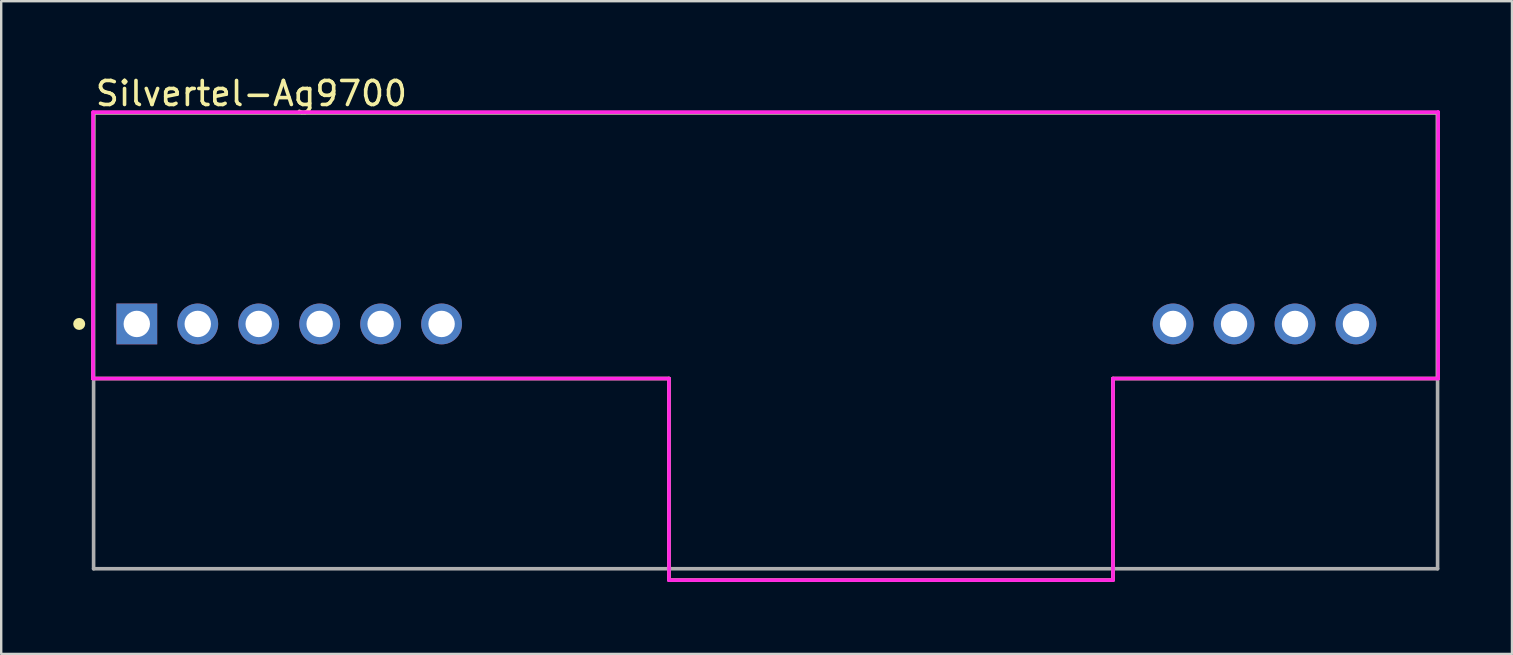
<source format=kicad_pcb>
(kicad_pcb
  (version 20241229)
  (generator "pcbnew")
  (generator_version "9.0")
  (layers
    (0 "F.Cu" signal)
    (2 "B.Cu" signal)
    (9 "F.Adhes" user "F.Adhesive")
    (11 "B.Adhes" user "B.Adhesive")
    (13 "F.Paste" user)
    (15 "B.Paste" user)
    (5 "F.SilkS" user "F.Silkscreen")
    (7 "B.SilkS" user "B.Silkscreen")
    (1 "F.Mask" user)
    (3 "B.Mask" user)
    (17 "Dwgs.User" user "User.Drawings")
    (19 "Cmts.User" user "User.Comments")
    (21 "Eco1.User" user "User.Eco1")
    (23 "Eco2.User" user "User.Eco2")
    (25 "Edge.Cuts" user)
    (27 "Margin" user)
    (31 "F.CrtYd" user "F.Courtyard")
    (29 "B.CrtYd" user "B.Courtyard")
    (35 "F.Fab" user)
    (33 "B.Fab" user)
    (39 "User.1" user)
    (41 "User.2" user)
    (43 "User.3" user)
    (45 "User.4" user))
  (footprint "Silvertel-Ag9700"
    (layer "F.Cu")
    (at 28.85 11.148)
    (property "Reference" "Silvertel-Ag9700" (at -28 -10.3 0) (layer "F.SilkS") (effects (font (size 1 1) (thickness 0.15)) (justify left)))
    (attr through_hole)
    (fp_line (start -28.025 1.575) (end -28 -9.5) (stroke (width 0.15) (type solid)) (layer "F.SilkS"))
    (fp_line (start -28.025 1.575) (end -4.025 1.575) (stroke (width 0.15) (type default)) (layer "F.SilkS"))
    (fp_line (start -28 -9.5) (end 28 -9.5) (stroke (width 0.15) (type solid)) (layer "F.SilkS"))
    (fp_line (start -4.025 1.575) (end -4.025 9.975) (stroke (width 0.15) (type default)) (layer "F.SilkS"))
    (fp_line (start -4.025 9.975) (end 14.475 9.975) (stroke (width 0.15) (type default)) (layer "F.SilkS"))
    (fp_line (start 14.475 1.575) (end 14.475 9.975) (stroke (width 0.15) (type default)) (layer "F.SilkS"))
    (fp_line (start 14.475 1.575) (end 28.025 1.575) (stroke (width 0.15) (type default)) (layer "F.SilkS"))
    (fp_line (start 28 1.524) (end 28 -9.5) (stroke (width 0.15) (type solid)) (layer "F.SilkS"))
    (fp_circle (center -28.6 -0.7) (end -28.475 -0.7) (stroke (width 0.25) (type solid)) (fill no) (layer "F.SilkS"))
    (fp_line (start -28.025 -9.525) (end -28.025 1.575) (stroke (width 0.15) (type solid)) (layer "F.CrtYd"))
    (fp_line (start -28.025 1.575) (end -4.025 1.575) (stroke (width 0.15) (type default)) (layer "F.CrtYd"))
    (fp_line (start -4.025 1.575) (end -4.025 9.975) (stroke (width 0.15) (type default)) (layer "F.CrtYd"))
    (fp_line (start -4.025 9.975) (end 14.475 9.975) (stroke (width 0.15) (type default)) (layer "F.CrtYd"))
    (fp_line (start 14.475 1.575) (end 14.475 9.975) (stroke (width 0.15) (type default)) (layer "F.CrtYd"))
    (fp_line (start 14.475 1.575) (end 28.025 1.575) (stroke (width 0.15) (type default)) (layer "F.CrtYd"))
    (fp_line (start 28.025 -9.525) (end -28.025 -9.525) (stroke (width 0.15) (type solid)) (layer "F.CrtYd"))
    (fp_line (start 28.025 -9.525) (end 28.025 -9.525) (stroke (width 0.15) (type solid)) (layer "F.CrtYd"))
    (fp_line (start 28.025 1.575) (end 28.025 -9.525) (stroke (width 0.15) (type solid)) (layer "F.CrtYd"))
    (fp_line (start -28 -9.5) (end 28 -9.5) (stroke (width 0.15) (type solid)) (layer "F.Fab"))
    (fp_line (start -28 9.5) (end -28 -9.5) (stroke (width 0.15) (type solid)) (layer "F.Fab"))
    (fp_line (start 28 -9.5) (end 28 9.5) (stroke (width 0.15) (type solid)) (layer "F.Fab"))
    (fp_line (start 28 9.5) (end -28 9.5) (stroke (width 0.15) (type solid)) (layer "F.Fab"))
    (pad "1" thru_hole rect (at -26.2 -0.7) (size 1.7 1.7) (drill 1.1) (layers "*.Cu"))
    (pad "2" thru_hole circle (at -23.66 -0.7) (size 1.7 1.7) (drill 1.1) (layers "*.Cu"))
    (pad "3" thru_hole circle (at -21.12 -0.7) (size 1.7 1.7) (drill 1.1) (layers "*.Cu"))
    (pad "4" thru_hole circle (at -18.58 -0.7) (size 1.7 1.7) (drill 1.1) (layers "*.Cu"))
    (pad "5" thru_hole circle (at -16.04 -0.7) (size 1.7 1.7) (drill 1.1) (layers "*.Cu"))
    (pad "6" thru_hole circle (at -13.5 -0.7) (size 1.7 1.7) (drill 1.1) (layers "*.Cu"))
    (pad "7" thru_hole circle (at 16.98 -0.7) (size 1.7 1.7) (drill 1.1) (layers "*.Cu"))
    (pad "8" thru_hole circle (at 19.52 -0.7) (size 1.7 1.7) (drill 1.1) (layers "*.Cu"))
    (pad "9" thru_hole circle (at 22.06 -0.7) (size 1.7 1.7) (drill 1.1) (layers "*.Cu"))
    (pad "10" thru_hole circle (at 24.6 -0.7) (size 1.7 1.7) (drill 1.1) (layers "*.Cu")))
  (gr_rect
    (start -3 -3)
    (end 59.95 24.198)
    (stroke (width 0.1) (type default))
    (fill no)
    (layer "Edge.Cuts")))
</source>
